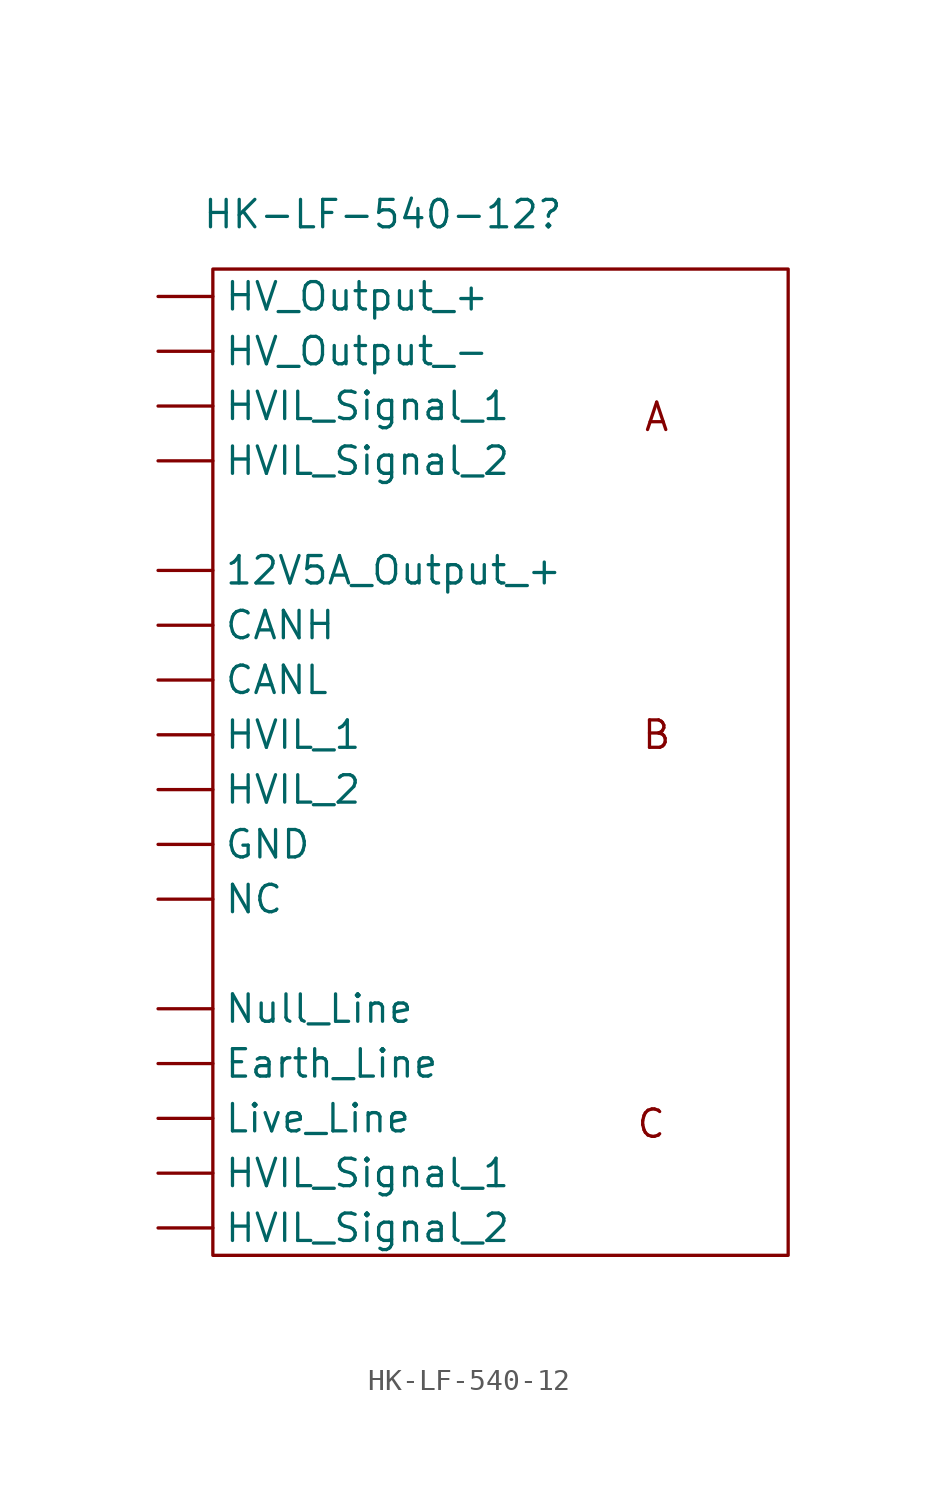
<source format=kicad_sym>
(kicad_symbol_lib
  (version 20231120)
  (generator "kicad_symbol_editor")
  (generator_version "8.0")
  (symbol "HK-LF-540-12"
    (property "Reference" "HK-LF-540-12"
      (at 7.874 2.54 0)
      (effects (font (size 1.27 1.27))))
    (property "Value" ""
      (at 5.08 2.54 0)
      (effects (font (size 1.27 1.27))))
    (symbol "HK-LF-540-12_0_1"
      (rectangle (start 0 0) (end 26.67 -45.72) (stroke (width 0) (type default)) (fill (type none))))
    (symbol "HK-LF-540-12_1_1"
      (text "A\n" (at 20.574 -6.858 0) (effects (font (size 1.27 1.27))))
      (text "B" (at 20.574 -21.59 0) (effects (font (size 1.27 1.27))))
      (text "C" (at 20.32 -39.624 0) (effects (font (size 1.27 1.27))))
      (pin power_out line (at -2.54 -13.97 0) (length 2.54) (name "12V5A_Output_+" (effects (font (size 1.27 1.27)))) (number "" (effects (font (size 1.27 1.27)))))
      (pin output line (at -2.54 -16.51 0) (length 2.54) (name "CANH" (effects (font (size 1.27 1.27)))) (number "" (effects (font (size 1.27 1.27)))))
      (pin output line (at -2.54 -19.05 0) (length 2.54) (name "CANL" (effects (font (size 1.27 1.27)))) (number "" (effects (font (size 1.27 1.27)))))
      (pin power_in line (at -2.54 -36.83 0) (length 2.54) (name "Earth_Line" (effects (font (size 1.27 1.27)))) (number "" (effects (font (size 1.27 1.27)))))
      (pin power_out line (at -2.54 -26.67 0) (length 2.54) (name "GND" (effects (font (size 1.27 1.27)))) (number "" (effects (font (size 1.27 1.27)))))
      (pin output line (at -2.54 -21.59 0) (length 2.54) (name "HVIL_1" (effects (font (size 1.27 1.27)))) (number "" (effects (font (size 1.27 1.27)))))
      (pin output line (at -2.54 -24.13 0) (length 2.54) (name "HVIL_2" (effects (font (size 1.27 1.27)))) (number "" (effects (font (size 1.27 1.27)))))
      (pin power_out line (at -2.54 -41.91 0) (length 2.54) (name "HVIL_Signal_1" (effects (font (size 1.27 1.27)))) (number "" (effects (font (size 1.27 1.27)))))
      (pin power_out line (at -2.54 -6.35 0) (length 2.54) (name "HVIL_Signal_1" (effects (font (size 1.27 1.27)))) (number "" (effects (font (size 1.27 1.27)))))
      (pin power_out line (at -2.54 -44.45 0) (length 2.54) (name "HVIL_Signal_2" (effects (font (size 1.27 1.27)))) (number "" (effects (font (size 1.27 1.27)))))
      (pin power_out line (at -2.54 -8.89 0) (length 2.54) (name "HVIL_Signal_2" (effects (font (size 1.27 1.27)))) (number "" (effects (font (size 1.27 1.27)))))
      (pin power_out line (at -2.54 -1.27 0) (length 2.54) (name "HV_Output_+" (effects (font (size 1.27 1.27)))) (number "" (effects (font (size 1.27 1.27)))))
      (pin power_out line (at -2.54 -3.81 0) (length 2.54) (name "HV_Output_-" (effects (font (size 1.27 1.27)))) (number "" (effects (font (size 1.27 1.27)))))
      (pin power_in line (at -2.54 -39.37 0) (length 2.54) (name "Live_Line" (effects (font (size 1.27 1.27)))) (number "" (effects (font (size 1.27 1.27)))))
      (pin output line (at -2.54 -29.21 0) (length 2.54) (name "NC" (effects (font (size 1.27 1.27)))) (number "" (effects (font (size 1.27 1.27)))))
      (pin power_in line (at -2.54 -34.29 0) (length 2.54) (name "Null_Line" (effects (font (size 1.27 1.27)))) (number "" (effects (font (size 1.27 1.27))))))))
</source>
